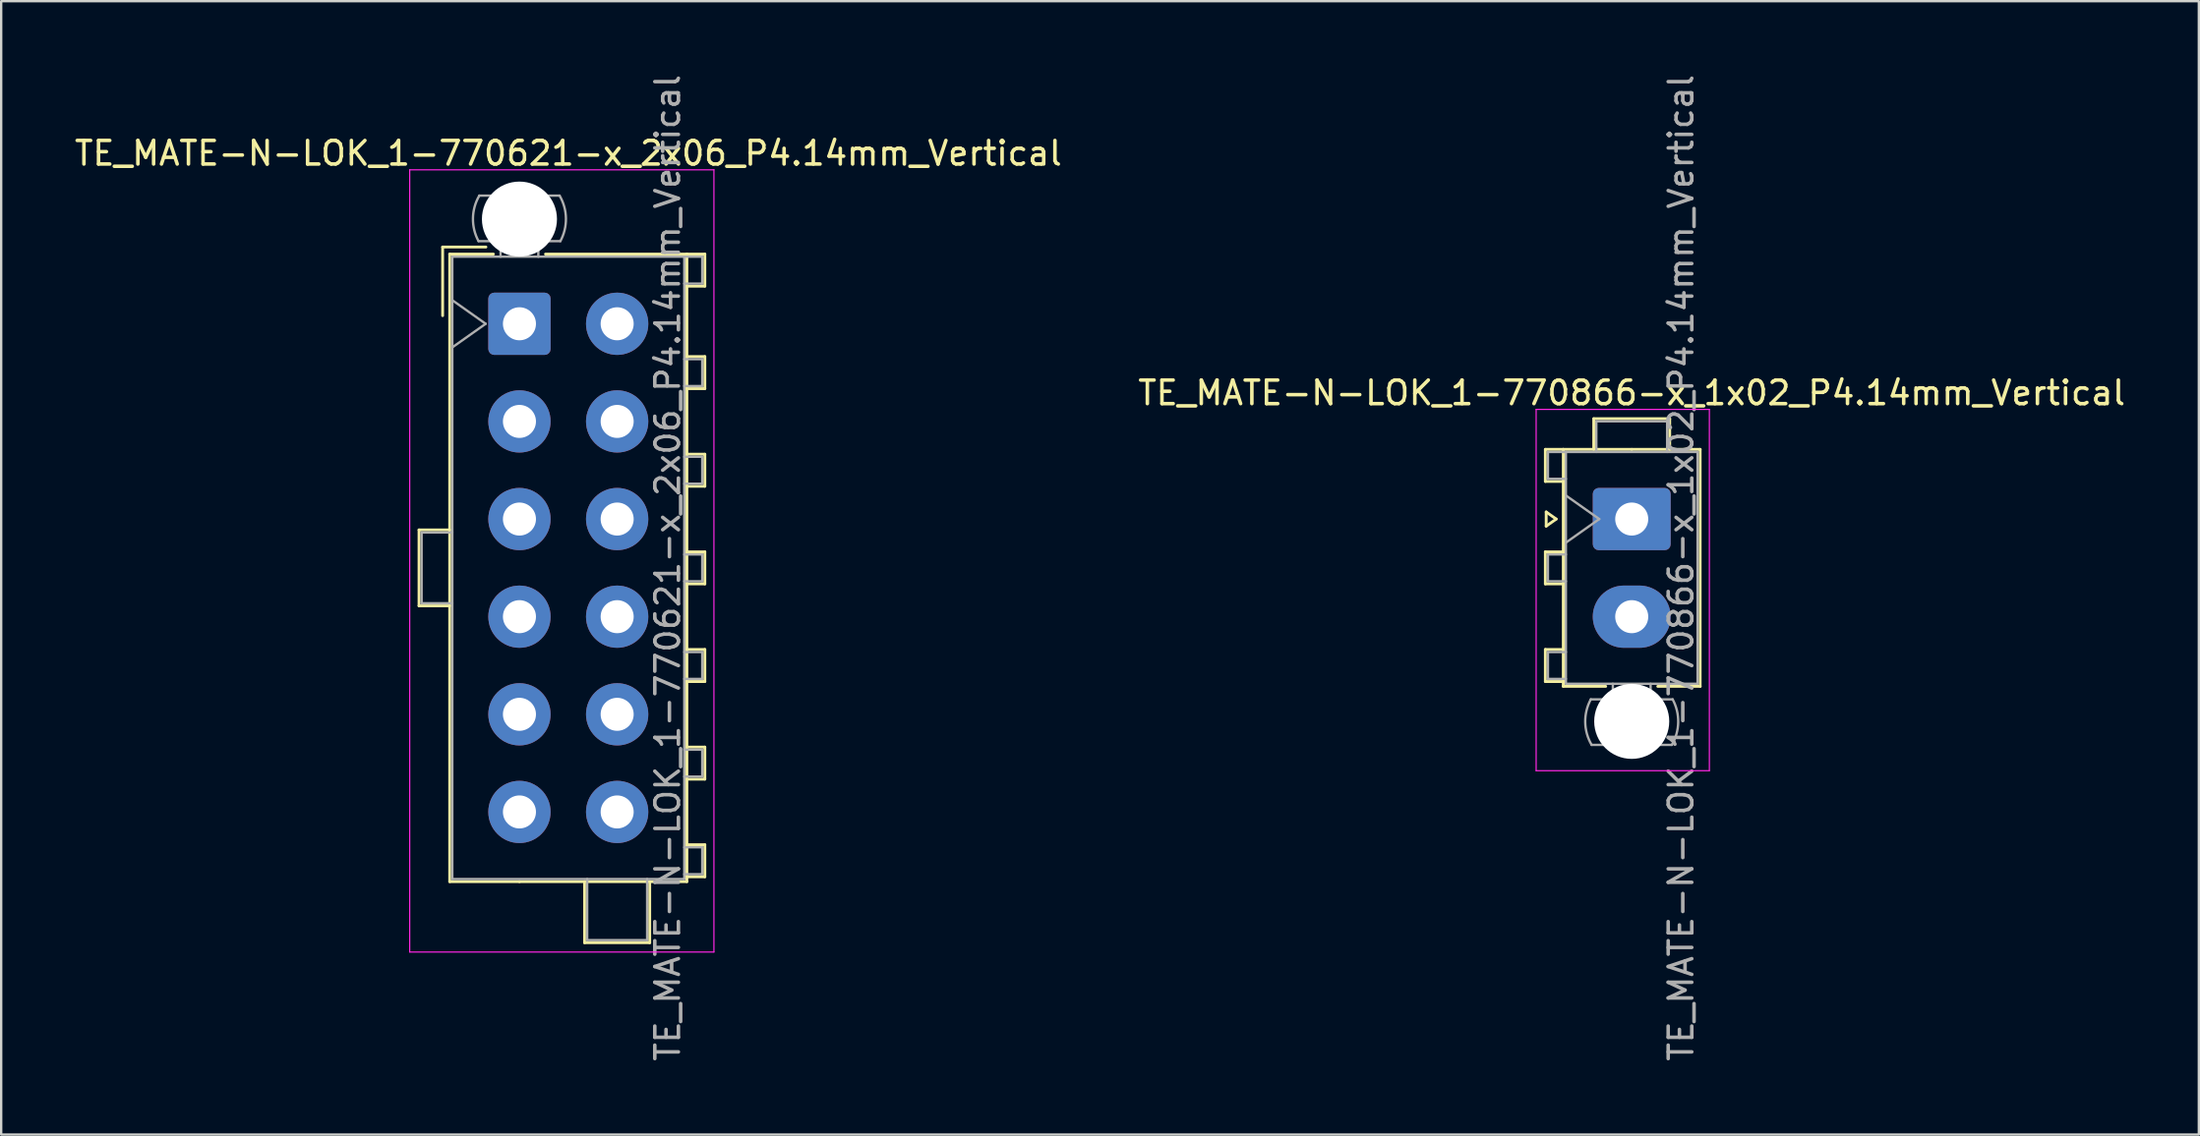
<source format=kicad_pcb>
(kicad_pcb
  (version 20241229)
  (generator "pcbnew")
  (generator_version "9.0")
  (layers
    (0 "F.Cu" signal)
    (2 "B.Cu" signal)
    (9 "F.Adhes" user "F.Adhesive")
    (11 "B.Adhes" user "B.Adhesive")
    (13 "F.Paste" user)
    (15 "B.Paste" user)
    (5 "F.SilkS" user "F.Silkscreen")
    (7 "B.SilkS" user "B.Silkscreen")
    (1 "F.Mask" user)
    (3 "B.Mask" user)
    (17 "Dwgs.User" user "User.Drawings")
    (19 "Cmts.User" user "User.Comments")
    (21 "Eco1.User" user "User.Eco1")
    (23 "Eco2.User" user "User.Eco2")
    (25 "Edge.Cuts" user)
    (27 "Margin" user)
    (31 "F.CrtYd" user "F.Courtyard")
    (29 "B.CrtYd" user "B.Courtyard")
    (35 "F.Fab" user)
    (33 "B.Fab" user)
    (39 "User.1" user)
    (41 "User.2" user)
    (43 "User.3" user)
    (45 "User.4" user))
  (footprint "TE_MATE-N-LOK_1-770866-x_1x02_P4.14mm_Vertical"
    (layer "F.Cu")
    (at 66.089 18.96)
    (property "Reference" "TE_MATE-N-LOK_1-770866-x_1x02_P4.14mm_Vertical" (at 0 -5.35 0) (layer "F.SilkS") (effects (font (size 1 1) (thickness 0.15))))
    (attr through_hole)
    (fp_line (start -3.66 -2.955) (end -3.66 -1.595) (stroke (width 0.12) (type solid)) (layer "F.SilkS"))
    (fp_line (start -3.66 -1.595) (end -2.9 -1.595) (stroke (width 0.12) (type solid)) (layer "F.SilkS"))
    (fp_line (start -3.66 1.39) (end -3.66 2.75) (stroke (width 0.12) (type solid)) (layer "F.SilkS"))
    (fp_line (start -3.66 2.75) (end -2.9 2.75) (stroke (width 0.12) (type solid)) (layer "F.SilkS"))
    (fp_line (start -3.66 5.53) (end -3.66 6.89) (stroke (width 0.12) (type solid)) (layer "F.SilkS"))
    (fp_line (start -3.66 6.89) (end -2.9 6.89) (stroke (width 0.12) (type solid)) (layer "F.SilkS"))
    (fp_line (start -3.624 -0.3) (end -3.2 0) (stroke (width 0.12) (type solid)) (layer "F.SilkS"))
    (fp_line (start -3.624 0.3) (end -3.624 -0.3) (stroke (width 0.12) (type solid)) (layer "F.SilkS"))
    (fp_line (start -3.2 0) (end -3.624 0.3) (stroke (width 0.12) (type solid)) (layer "F.SilkS"))
    (fp_line (start -2.9 -2.955) (end -3.66 -2.955) (stroke (width 0.12) (type solid)) (layer "F.SilkS"))
    (fp_line (start -2.9 -2.955) (end -2.9 7.095) (stroke (width 0.12) (type solid)) (layer "F.SilkS"))
    (fp_line (start -2.9 1.39) (end -3.66 1.39) (stroke (width 0.12) (type solid)) (layer "F.SilkS"))
    (fp_line (start -2.9 5.53) (end -3.66 5.53) (stroke (width 0.12) (type solid)) (layer "F.SilkS"))
    (fp_line (start -2.9 7.095) (end -1.103 7.095) (stroke (width 0.12) (type solid)) (layer "F.SilkS"))
    (fp_line (start -1.61 -4.255) (end 1.61 -4.255) (stroke (width 0.12) (type solid)) (layer "F.SilkS"))
    (fp_line (start -1.61 -2.955) (end -1.61 -4.255) (stroke (width 0.12) (type solid)) (layer "F.SilkS"))
    (fp_line (start 0 -2.955) (end -2.9 -2.955) (stroke (width 0.12) (type solid)) (layer "F.SilkS"))
    (fp_line (start 0 -2.955) (end 2.9 -2.955) (stroke (width 0.12) (type solid)) (layer "F.SilkS"))
    (fp_line (start 1.61 -4.255) (end 1.61 -2.955) (stroke (width 0.12) (type solid)) (layer "F.SilkS"))
    (fp_line (start 2.9 -2.955) (end 2.9 7.095) (stroke (width 0.12) (type solid)) (layer "F.SilkS"))
    (fp_line (start 2.9 7.095) (end 1.103 7.095) (stroke (width 0.12) (type solid)) (layer "F.SilkS"))
    (fp_line (start -4.05 -4.65) (end -4.05 10.67) (stroke (width 0.05) (type solid)) (layer "F.CrtYd"))
    (fp_line (start -4.05 10.67) (end 3.29 10.67) (stroke (width 0.05) (type solid)) (layer "F.CrtYd"))
    (fp_line (start 3.29 -4.65) (end -4.05 -4.65) (stroke (width 0.05) (type solid)) (layer "F.CrtYd"))
    (fp_line (start 3.29 10.67) (end 3.29 -4.65) (stroke (width 0.05) (type solid)) (layer "F.CrtYd"))
    (fp_line (start -3.55 -2.845) (end -3.55 -1.705) (stroke (width 0.1) (type solid)) (layer "F.Fab"))
    (fp_line (start -3.55 -1.705) (end -2.79 -1.705) (stroke (width 0.1) (type solid)) (layer "F.Fab"))
    (fp_line (start -3.55 1.5) (end -3.55 2.64) (stroke (width 0.1) (type solid)) (layer "F.Fab"))
    (fp_line (start -3.55 2.64) (end -2.79 2.64) (stroke (width 0.1) (type solid)) (layer "F.Fab"))
    (fp_line (start -3.55 5.64) (end -3.55 6.78) (stroke (width 0.1) (type solid)) (layer "F.Fab"))
    (fp_line (start -3.55 6.78) (end -2.79 6.78) (stroke (width 0.1) (type solid)) (layer "F.Fab"))
    (fp_line (start -2.79 -2.845) (end -3.55 -2.845) (stroke (width 0.1) (type solid)) (layer "F.Fab"))
    (fp_line (start -2.79 -2.845) (end -2.79 6.985) (stroke (width 0.1) (type solid)) (layer "F.Fab"))
    (fp_line (start -2.79 -1) (end -1.376 0) (stroke (width 0.1) (type solid)) (layer "F.Fab"))
    (fp_line (start -2.79 1.5) (end -3.55 1.5) (stroke (width 0.1) (type solid)) (layer "F.Fab"))
    (fp_line (start -2.79 5.64) (end -3.55 5.64) (stroke (width 0.1) (type solid)) (layer "F.Fab"))
    (fp_line (start -2.79 6.985) (end 2.79 6.985) (stroke (width 0.1) (type solid)) (layer "F.Fab"))
    (fp_line (start -1.5 -4.145) (end 1.5 -4.145) (stroke (width 0.1) (type solid)) (layer "F.Fab"))
    (fp_line (start -1.5 -2.845) (end -1.5 -4.145) (stroke (width 0.1) (type solid)) (layer "F.Fab"))
    (fp_line (start -1.376 0) (end -2.79 1) (stroke (width 0.1) (type solid)) (layer "F.Fab"))
    (fp_line (start -0.8 6.985) (end -0.8 7.645) (stroke (width 0.1) (type solid)) (layer "F.Fab"))
    (fp_line (start 0.8 6.985) (end 0.8 7.645) (stroke (width 0.1) (type solid)) (layer "F.Fab"))
    (fp_line (start 1.5 -4.145) (end 1.5 -2.845) (stroke (width 0.1) (type solid)) (layer "F.Fab"))
    (fp_line (start 1.7 9.576) (end -1.7 9.576) (stroke (width 0.1) (type solid)) (layer "F.Fab"))
    (fp_line (start 1.734 7.645) (end -1.734 7.645) (stroke (width 0.1) (type solid)) (layer "F.Fab"))
    (fp_line (start 2.79 -2.845) (end -2.79 -2.845) (stroke (width 0.1) (type solid)) (layer "F.Fab"))
    (fp_line (start 2.79 6.985) (end 2.79 -2.845) (stroke (width 0.1) (type solid)) (layer "F.Fab"))
    (fp_arc (start -1.699672 9.576) (mid -1.969689 8.614992) (end -1.733977 7.645) (stroke (width 0.1) (type solid)) (layer "F.Fab"))
    (fp_arc (start 1.733977 7.645) (mid 1.96969 8.614992) (end 1.699672 9.576) (stroke (width 0.1) (type solid)) (layer "F.Fab"))
    (fp_text user "${REFERENCE}" (at 2.09 2.07 90) (layer "F.Fab") (effects (font (size 1 1) (thickness 0.15))))
    (pad "" np_thru_hole circle (at 0 8.58) (size 3.18 3.18) (drill 3.18) (layers "*.Cu" "*.Mask"))
    (pad "1" thru_hole roundrect (at 0 0) (size 3.3 2.64) (drill 1.4) (layers "*.Cu" "*.Mask") (roundrect_rratio 0.095))
    (pad "2" thru_hole oval (at 0 4.14) (size 3.3 2.64) (drill 1.4) (layers "*.Cu" "*.Mask")))
  (footprint "TE_MATE-N-LOK_1-770621-x_2x06_P4.14mm_Vertical"
    (layer "F.Cu")
    (at 18.96 10.68)
    (property "Reference" "TE_MATE-N-LOK_1-770621-x_2x06_P4.14mm_Vertical" (at 2.07 -7.23 0) (layer "F.SilkS") (effects (font (size 1 1) (thickness 0.15))))
    (attr through_hole)
    (fp_line (start -4.255 8.74) (end -4.255 11.96) (stroke (width 0.12) (type solid)) (layer "F.SilkS"))
    (fp_line (start -4.255 11.96) (end -2.955 11.96) (stroke (width 0.12) (type solid)) (layer "F.SilkS"))
    (fp_line (start -3.255 -3.255) (end -3.255 -0.345) (stroke (width 0.12) (type solid)) (layer "F.SilkS"))
    (fp_line (start -2.955 -2.955) (end -2.955 23.655) (stroke (width 0.12) (type solid)) (layer "F.SilkS"))
    (fp_line (start -2.955 8.74) (end -4.255 8.74) (stroke (width 0.12) (type solid)) (layer "F.SilkS"))
    (fp_line (start -2.955 23.655) (end 0 23.655) (stroke (width 0.12) (type solid)) (layer "F.SilkS"))
    (fp_line (start -1.421 -3.255) (end -3.255 -3.255) (stroke (width 0.12) (type solid)) (layer "F.SilkS"))
    (fp_line (start -1.103 -2.955) (end -2.955 -2.955) (stroke (width 0.12) (type solid)) (layer "F.SilkS"))
    (fp_line (start 1.103 -2.955) (end 7.095 -2.955) (stroke (width 0.12) (type solid)) (layer "F.SilkS"))
    (fp_line (start 2.76 23.655) (end 2.76 26.246) (stroke (width 0.12) (type solid)) (layer "F.SilkS"))
    (fp_line (start 2.76 26.246) (end 5.52 26.246) (stroke (width 0.12) (type solid)) (layer "F.SilkS"))
    (fp_line (start 5.52 26.246) (end 5.52 23.655) (stroke (width 0.12) (type solid)) (layer "F.SilkS"))
    (fp_line (start 7.095 -2.955) (end 7.095 23.655) (stroke (width 0.12) (type solid)) (layer "F.SilkS"))
    (fp_line (start 7.095 -2.955) (end 7.855 -2.955) (stroke (width 0.12) (type solid)) (layer "F.SilkS"))
    (fp_line (start 7.095 1.39) (end 7.855 1.39) (stroke (width 0.12) (type solid)) (layer "F.SilkS"))
    (fp_line (start 7.095 5.53) (end 7.855 5.53) (stroke (width 0.12) (type solid)) (layer "F.SilkS"))
    (fp_line (start 7.095 9.67) (end 7.855 9.67) (stroke (width 0.12) (type solid)) (layer "F.SilkS"))
    (fp_line (start 7.095 13.81) (end 7.855 13.81) (stroke (width 0.12) (type solid)) (layer "F.SilkS"))
    (fp_line (start 7.095 17.95) (end 7.855 17.95) (stroke (width 0.12) (type solid)) (layer "F.SilkS"))
    (fp_line (start 7.095 22.09) (end 7.855 22.09) (stroke (width 0.12) (type solid)) (layer "F.SilkS"))
    (fp_line (start 7.095 23.655) (end 0 23.655) (stroke (width 0.12) (type solid)) (layer "F.SilkS"))
    (fp_line (start 7.855 -2.955) (end 7.855 -1.595) (stroke (width 0.12) (type solid)) (layer "F.SilkS"))
    (fp_line (start 7.855 -1.595) (end 7.095 -1.595) (stroke (width 0.12) (type solid)) (layer "F.SilkS"))
    (fp_line (start 7.855 1.39) (end 7.855 2.75) (stroke (width 0.12) (type solid)) (layer "F.SilkS"))
    (fp_line (start 7.855 2.75) (end 7.095 2.75) (stroke (width 0.12) (type solid)) (layer "F.SilkS"))
    (fp_line (start 7.855 5.53) (end 7.855 6.89) (stroke (width 0.12) (type solid)) (layer "F.SilkS"))
    (fp_line (start 7.855 6.89) (end 7.095 6.89) (stroke (width 0.12) (type solid)) (layer "F.SilkS"))
    (fp_line (start 7.855 9.67) (end 7.855 11.03) (stroke (width 0.12) (type solid)) (layer "F.SilkS"))
    (fp_line (start 7.855 11.03) (end 7.095 11.03) (stroke (width 0.12) (type solid)) (layer "F.SilkS"))
    (fp_line (start 7.855 13.81) (end 7.855 15.17) (stroke (width 0.12) (type solid)) (layer "F.SilkS"))
    (fp_line (start 7.855 15.17) (end 7.095 15.17) (stroke (width 0.12) (type solid)) (layer "F.SilkS"))
    (fp_line (start 7.855 17.95) (end 7.855 19.31) (stroke (width 0.12) (type solid)) (layer "F.SilkS"))
    (fp_line (start 7.855 19.31) (end 7.095 19.31) (stroke (width 0.12) (type solid)) (layer "F.SilkS"))
    (fp_line (start 7.855 22.09) (end 7.855 23.45) (stroke (width 0.12) (type solid)) (layer "F.SilkS"))
    (fp_line (start 7.855 23.45) (end 7.095 23.45) (stroke (width 0.12) (type solid)) (layer "F.SilkS"))
    (fp_line (start -4.65 -6.53) (end -4.65 26.64) (stroke (width 0.05) (type solid)) (layer "F.CrtYd"))
    (fp_line (start -4.65 26.64) (end 8.24 26.64) (stroke (width 0.05) (type solid)) (layer "F.CrtYd"))
    (fp_line (start 8.24 -6.53) (end -4.65 -6.53) (stroke (width 0.05) (type solid)) (layer "F.CrtYd"))
    (fp_line (start 8.24 26.64) (end 8.24 -6.53) (stroke (width 0.05) (type solid)) (layer "F.CrtYd"))
    (fp_line (start -4.145 8.85) (end -4.145 11.85) (stroke (width 0.1) (type solid)) (layer "F.Fab"))
    (fp_line (start -4.145 11.85) (end -2.845 11.85) (stroke (width 0.1) (type solid)) (layer "F.Fab"))
    (fp_line (start -2.845 -2.845) (end -2.845 23.545) (stroke (width 0.1) (type solid)) (layer "F.Fab"))
    (fp_line (start -2.845 -1) (end -1.431 0) (stroke (width 0.1) (type solid)) (layer "F.Fab"))
    (fp_line (start -2.845 8.85) (end -4.145 8.85) (stroke (width 0.1) (type solid)) (layer "F.Fab"))
    (fp_line (start -2.845 23.545) (end 6.985 23.545) (stroke (width 0.1) (type solid)) (layer "F.Fab"))
    (fp_line (start -1.431 0) (end -2.845 1) (stroke (width 0.1) (type solid)) (layer "F.Fab"))
    (fp_line (start -0.8 -2.845) (end -0.8 -3.505) (stroke (width 0.1) (type solid)) (layer "F.Fab"))
    (fp_line (start 0.8 -2.845) (end 0.8 -3.505) (stroke (width 0.1) (type solid)) (layer "F.Fab"))
    (fp_line (start 1.7 -5.436) (end -1.7 -5.436) (stroke (width 0.1) (type solid)) (layer "F.Fab"))
    (fp_line (start 1.734 -3.505) (end -1.734 -3.505) (stroke (width 0.1) (type solid)) (layer "F.Fab"))
    (fp_line (start 2.87 23.545) (end 2.87 26.136) (stroke (width 0.1) (type solid)) (layer "F.Fab"))
    (fp_line (start 2.87 26.136) (end 5.41 26.136) (stroke (width 0.1) (type solid)) (layer "F.Fab"))
    (fp_line (start 5.41 26.136) (end 5.41 23.545) (stroke (width 0.1) (type solid)) (layer "F.Fab"))
    (fp_line (start 6.985 -2.845) (end -2.845 -2.845) (stroke (width 0.1) (type solid)) (layer "F.Fab"))
    (fp_line (start 6.985 -2.845) (end 7.745 -2.845) (stroke (width 0.1) (type solid)) (layer "F.Fab"))
    (fp_line (start 6.985 1.5) (end 7.745 1.5) (stroke (width 0.1) (type solid)) (layer "F.Fab"))
    (fp_line (start 6.985 5.64) (end 7.745 5.64) (stroke (width 0.1) (type solid)) (layer "F.Fab"))
    (fp_line (start 6.985 9.78) (end 7.745 9.78) (stroke (width 0.1) (type solid)) (layer "F.Fab"))
    (fp_line (start 6.985 13.92) (end 7.745 13.92) (stroke (width 0.1) (type solid)) (layer "F.Fab"))
    (fp_line (start 6.985 18.06) (end 7.745 18.06) (stroke (width 0.1) (type solid)) (layer "F.Fab"))
    (fp_line (start 6.985 22.2) (end 7.745 22.2) (stroke (width 0.1) (type solid)) (layer "F.Fab"))
    (fp_line (start 6.985 23.545) (end 6.985 -2.845) (stroke (width 0.1) (type solid)) (layer "F.Fab"))
    (fp_line (start 7.745 -2.845) (end 7.745 -1.705) (stroke (width 0.1) (type solid)) (layer "F.Fab"))
    (fp_line (start 7.745 -1.705) (end 6.985 -1.705) (stroke (width 0.1) (type solid)) (layer "F.Fab"))
    (fp_line (start 7.745 1.5) (end 7.745 2.64) (stroke (width 0.1) (type solid)) (layer "F.Fab"))
    (fp_line (start 7.745 2.64) (end 6.985 2.64) (stroke (width 0.1) (type solid)) (layer "F.Fab"))
    (fp_line (start 7.745 5.64) (end 7.745 6.78) (stroke (width 0.1) (type solid)) (layer "F.Fab"))
    (fp_line (start 7.745 6.78) (end 6.985 6.78) (stroke (width 0.1) (type solid)) (layer "F.Fab"))
    (fp_line (start 7.745 9.78) (end 7.745 10.92) (stroke (width 0.1) (type solid)) (layer "F.Fab"))
    (fp_line (start 7.745 10.92) (end 6.985 10.92) (stroke (width 0.1) (type solid)) (layer "F.Fab"))
    (fp_line (start 7.745 13.92) (end 7.745 15.06) (stroke (width 0.1) (type solid)) (layer "F.Fab"))
    (fp_line (start 7.745 15.06) (end 6.985 15.06) (stroke (width 0.1) (type solid)) (layer "F.Fab"))
    (fp_line (start 7.745 18.06) (end 7.745 19.2) (stroke (width 0.1) (type solid)) (layer "F.Fab"))
    (fp_line (start 7.745 19.2) (end 6.985 19.2) (stroke (width 0.1) (type solid)) (layer "F.Fab"))
    (fp_line (start 7.745 22.2) (end 7.745 23.34) (stroke (width 0.1) (type solid)) (layer "F.Fab"))
    (fp_line (start 7.745 23.34) (end 6.985 23.34) (stroke (width 0.1) (type solid)) (layer "F.Fab"))
    (fp_arc (start -1.733977 -3.505) (mid -1.96969 -4.474992) (end -1.699672 -5.436) (stroke (width 0.1) (type solid)) (layer "F.Fab"))
    (fp_arc (start 1.699672 -5.436) (mid 1.969689 -4.474992) (end 1.733977 -3.505) (stroke (width 0.1) (type solid)) (layer "F.Fab"))
    (fp_text user "${REFERENCE}" (at 6.28 10.35 90) (layer "F.Fab") (effects (font (size 1 1) (thickness 0.15))))
    (pad "" np_thru_hole circle (at 0 -4.44) (size 3.18 3.18) (drill 3.18) (layers "*.Cu" "*.Mask"))
    (pad "1" thru_hole roundrect (at 0 0) (size 2.64 2.64) (drill 1.4) (layers "*.Cu" "*.Mask") (roundrect_rratio 0.095))
    (pad "2" thru_hole circle (at 0 4.14) (size 2.64 2.64) (drill 1.4) (layers "*.Cu" "*.Mask"))
    (pad "3" thru_hole circle (at 0 8.28) (size 2.64 2.64) (drill 1.4) (layers "*.Cu" "*.Mask"))
    (pad "4" thru_hole circle (at 0 12.42) (size 2.64 2.64) (drill 1.4) (layers "*.Cu" "*.Mask"))
    (pad "5" thru_hole circle (at 0 16.56) (size 2.64 2.64) (drill 1.4) (layers "*.Cu" "*.Mask"))
    (pad "6" thru_hole circle (at 0 20.7) (size 2.64 2.64) (drill 1.4) (layers "*.Cu" "*.Mask"))
    (pad "7" thru_hole circle (at 4.14 0) (size 2.64 2.64) (drill 1.4) (layers "*.Cu" "*.Mask"))
    (pad "8" thru_hole circle (at 4.14 4.14) (size 2.64 2.64) (drill 1.4) (layers "*.Cu" "*.Mask"))
    (pad "9" thru_hole circle (at 4.14 8.28) (size 2.64 2.64) (drill 1.4) (layers "*.Cu" "*.Mask"))
    (pad "10" thru_hole circle (at 4.14 12.42) (size 2.64 2.64) (drill 1.4) (layers "*.Cu" "*.Mask"))
    (pad "11" thru_hole circle (at 4.14 16.56) (size 2.64 2.64) (drill 1.4) (layers "*.Cu" "*.Mask"))
    (pad "12" thru_hole circle (at 4.14 20.7) (size 2.64 2.64) (drill 1.4) (layers "*.Cu" "*.Mask")))
  (gr_rect
    (start -3 -3)
    (end 90.119 45.06)
    (stroke (width 0.1) (type default))
    (fill no)
    (layer "Edge.Cuts")))
</source>
